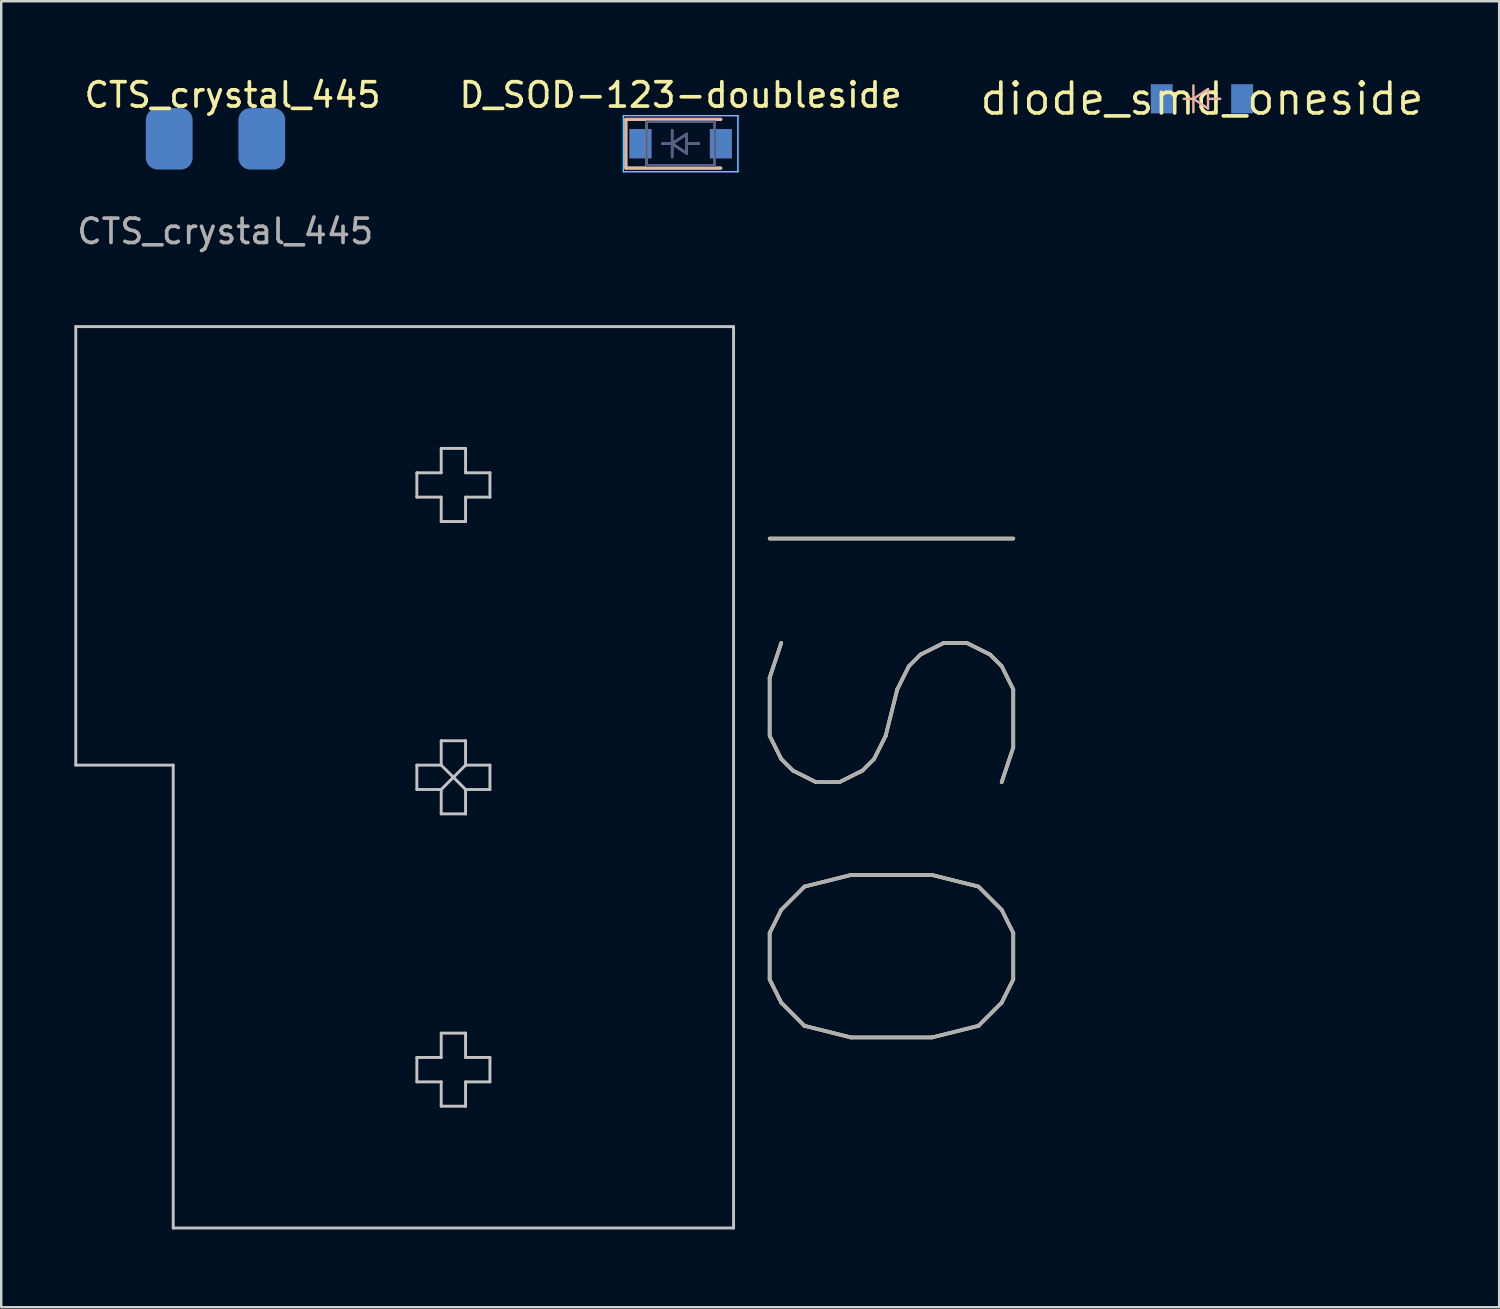
<source format=kicad_pcb>
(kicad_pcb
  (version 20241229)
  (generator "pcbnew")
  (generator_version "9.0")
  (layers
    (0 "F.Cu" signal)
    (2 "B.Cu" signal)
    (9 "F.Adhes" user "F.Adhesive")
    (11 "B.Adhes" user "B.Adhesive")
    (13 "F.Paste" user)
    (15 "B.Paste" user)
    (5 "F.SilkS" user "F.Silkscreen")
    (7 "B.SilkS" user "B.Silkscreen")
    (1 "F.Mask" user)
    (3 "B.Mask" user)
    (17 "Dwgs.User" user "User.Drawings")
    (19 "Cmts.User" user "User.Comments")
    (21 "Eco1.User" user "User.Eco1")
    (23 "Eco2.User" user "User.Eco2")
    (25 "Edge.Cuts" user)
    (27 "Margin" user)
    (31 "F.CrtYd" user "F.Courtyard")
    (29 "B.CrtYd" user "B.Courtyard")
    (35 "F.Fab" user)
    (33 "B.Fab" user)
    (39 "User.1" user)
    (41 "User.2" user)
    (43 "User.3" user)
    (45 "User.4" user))
  (footprint "D_SOD-123-doubleside"
    (layer "F.Cu")
    (at 24.889 2.848)
    (property "Reference" "D_SOD-123-doubleside" (at 0 -2 180) (layer "F.SilkS") (effects (font (size 1 1) (thickness 0.15))))
    (attr smd)
    (fp_line (start -2.25 -1) (end -2.25 1) (stroke (width 0.12) (type solid)) (layer "F.SilkS"))
    (fp_line (start -2.25 -1) (end 1.65 -1) (stroke (width 0.12) (type solid)) (layer "F.SilkS"))
    (fp_line (start -2.25 1) (end 1.65 1) (stroke (width 0.12) (type solid)) (layer "F.SilkS"))
    (fp_line (start -2.25 -1) (end -2.25 1) (stroke (width 0.12) (type solid)) (layer "B.SilkS"))
    (fp_line (start -2.25 -1) (end 1.65 -1) (stroke (width 0.12) (type solid)) (layer "B.SilkS"))
    (fp_line (start -2.25 1) (end 1.65 1) (stroke (width 0.12) (type solid)) (layer "B.SilkS"))
    (fp_line (start -2.35 -1.15) (end -2.35 1.15) (stroke (width 0.05) (type solid)) (layer "B.CrtYd"))
    (fp_line (start -2.35 -1.15) (end 2.35 -1.15) (stroke (width 0.05) (type solid)) (layer "B.CrtYd"))
    (fp_line (start 2.35 -1.15) (end 2.35 1.15) (stroke (width 0.05) (type solid)) (layer "B.CrtYd"))
    (fp_line (start 2.35 1.15) (end -2.35 1.15) (stroke (width 0.05) (type solid)) (layer "B.CrtYd"))
    (fp_line (start -2.35 -1.15) (end -2.35 1.15) (stroke (width 0.05) (type solid)) (layer "F.CrtYd"))
    (fp_line (start -2.35 -1.15) (end 2.35 -1.15) (stroke (width 0.05) (type solid)) (layer "F.CrtYd"))
    (fp_line (start 2.35 -1.15) (end 2.35 1.15) (stroke (width 0.05) (type solid)) (layer "F.CrtYd"))
    (fp_line (start 2.35 1.15) (end -2.35 1.15) (stroke (width 0.05) (type solid)) (layer "F.CrtYd"))
    (fp_line (start -1.4 -0.9) (end 1.4 -0.9) (stroke (width 0.1) (type solid)) (layer "B.Fab"))
    (fp_line (start -1.4 0.9) (end -1.4 -0.9) (stroke (width 0.1) (type solid)) (layer "B.Fab"))
    (fp_line (start -0.75 0) (end -0.35 0) (stroke (width 0.1) (type solid)) (layer "B.Fab"))
    (fp_line (start -0.35 0) (end -0.35 -0.55) (stroke (width 0.1) (type solid)) (layer "B.Fab"))
    (fp_line (start -0.35 0) (end -0.35 0.55) (stroke (width 0.1) (type solid)) (layer "B.Fab"))
    (fp_line (start -0.35 0) (end 0.25 -0.4) (stroke (width 0.1) (type solid)) (layer "B.Fab"))
    (fp_line (start 0.25 -0.4) (end 0.25 0.4) (stroke (width 0.1) (type solid)) (layer "B.Fab"))
    (fp_line (start 0.25 0) (end 0.75 0) (stroke (width 0.1) (type solid)) (layer "B.Fab"))
    (fp_line (start 0.25 0.4) (end -0.35 0) (stroke (width 0.1) (type solid)) (layer "B.Fab"))
    (fp_line (start 1.4 -0.9) (end 1.4 0.9) (stroke (width 0.1) (type solid)) (layer "B.Fab"))
    (fp_line (start 1.4 0.9) (end -1.4 0.9) (stroke (width 0.1) (type solid)) (layer "B.Fab"))
    (fp_line (start -1.4 -0.9) (end 1.4 -0.9) (stroke (width 0.1) (type solid)) (layer "F.Fab"))
    (fp_line (start -1.4 0.9) (end -1.4 -0.9) (stroke (width 0.1) (type solid)) (layer "F.Fab"))
    (fp_line (start -0.75 0) (end -0.35 0) (stroke (width 0.1) (type solid)) (layer "F.Fab"))
    (fp_line (start -0.35 0) (end -0.35 -0.55) (stroke (width 0.1) (type solid)) (layer "F.Fab"))
    (fp_line (start -0.35 0) (end -0.35 0.55) (stroke (width 0.1) (type solid)) (layer "F.Fab"))
    (fp_line (start -0.35 0) (end 0.25 -0.4) (stroke (width 0.1) (type solid)) (layer "F.Fab"))
    (fp_line (start 0.25 -0.4) (end 0.25 0.4) (stroke (width 0.1) (type solid)) (layer "F.Fab"))
    (fp_line (start 0.25 0) (end 0.75 0) (stroke (width 0.1) (type solid)) (layer "F.Fab"))
    (fp_line (start 0.25 0.4) (end -0.35 0) (stroke (width 0.1) (type solid)) (layer "F.Fab"))
    (fp_line (start 1.4 -0.9) (end 1.4 0.9) (stroke (width 0.1) (type solid)) (layer "F.Fab"))
    (fp_line (start 1.4 0.9) (end -1.4 0.9) (stroke (width 0.1) (type solid)) (layer "F.Fab"))
    (pad "1" smd rect (at -1.65 0) (size 0.9 1.2) (layers "F.Cu" "F.Mask" "F.Paste"))
    (pad "1" smd rect (at -1.65 0) (size 0.9 1.2) (layers "B.Cu" "B.Mask" "B.Paste"))
    (pad "2" smd rect (at 1.65 0) (size 0.9 1.2) (layers "F.Cu" "F.Mask" "F.Paste"))
    (pad "2" smd rect (at 1.65 0) (size 0.9 1.2) (layers "B.Cu" "B.Mask" "B.Paste")))
  (footprint "CTS_crystal_445"
    (layer "F.Cu")
    (at 5.736 2.628)
    (property "Reference" "CTS_crystal_445" (at 0.76 -1.78 0) (unlocked yes) (layer "F.SilkS") (effects (font (size 1 1) (thickness 0.15))))
    (attr smd)
    (fp_text user "${REFERENCE}" (at 0.46 3.82 0) (unlocked yes) (layer "F.Fab") (effects (font (size 1 1) (thickness 0.15))))
    (pad "1" smd roundrect (at -1.84 0.02 90) (size 2.52 1.92) (layers "B.Cu" "B.Mask" "B.Paste") (roundrect_rratio 0.25))
    (pad "2" smd roundrect (at 1.96 0.02 90) (size 2.52 1.92) (layers "B.Cu" "B.Mask" "B.Paste") (roundrect_rratio 0.25))
    (zone (net_name "") (layers "B.Cu" "Cmts.User") (hatch edge 0.508) (connect_pads) (min_thickness 0.254) (filled_areas_thickness no) (keepout (tracks allowed) (vias allowed) (pads allowed) (copperpour allowed) (footprints not_allowed)) (placement (enabled no)) (fill (island_removal_mode 2) (island_area_min 10)) (polygon (pts (xy 8.736 4.028) (xy 2.836 4.028) (xy 2.836 1.328) (xy 8.736 1.328)))))
  (footprint "ISO"
    (layer "F.Cu")
    (at 4.06 47.356)
    (property "Reference" "ISO" (at 29.1 -18.3 270) (unlocked yes) (layer "F.SilkS") (effects (font (size 10 10) (thickness 0.15))))
    (fp_line (start -4 -37) (end -4 -19) (stroke (width 0.12) (type default)) (layer "Dwgs.User"))
    (fp_line (start -4 -19) (end 0 -19) (stroke (width 0.12) (type default)) (layer "Dwgs.User"))
    (fp_line (start 0 -19) (end 0 0) (stroke (width 0.12) (type default)) (layer "Dwgs.User"))
    (fp_line (start 0 0) (end 23 0) (stroke (width 0.12) (type default)) (layer "Dwgs.User"))
    (fp_line (start 10 -31) (end 10 -30) (stroke (width 0.12) (type default)) (layer "Dwgs.User"))
    (fp_line (start 10 -30) (end 11 -30) (stroke (width 0.12) (type default)) (layer "Dwgs.User"))
    (fp_line (start 10 -19) (end 10 -18) (stroke (width 0.12) (type default)) (layer "Dwgs.User"))
    (fp_line (start 10 -18) (end 11 -18) (stroke (width 0.12) (type default)) (layer "Dwgs.User"))
    (fp_line (start 10 -7) (end 10 -6) (stroke (width 0.12) (type default)) (layer "Dwgs.User"))
    (fp_line (start 10 -6) (end 11 -6) (stroke (width 0.12) (type default)) (layer "Dwgs.User"))
    (fp_line (start 11 -32) (end 11 -31) (stroke (width 0.12) (type default)) (layer "Dwgs.User"))
    (fp_line (start 11 -31) (end 10 -31) (stroke (width 0.12) (type default)) (layer "Dwgs.User"))
    (fp_line (start 11 -30) (end 11 -29) (stroke (width 0.12) (type default)) (layer "Dwgs.User"))
    (fp_line (start 11 -29) (end 12 -29) (stroke (width 0.12) (type default)) (layer "Dwgs.User"))
    (fp_line (start 11 -20) (end 11 -19) (stroke (width 0.12) (type default)) (layer "Dwgs.User"))
    (fp_line (start 11 -19) (end 10 -19) (stroke (width 0.12) (type default)) (layer "Dwgs.User"))
    (fp_line (start 11 -19) (end 12 -18) (stroke (width 0.12) (type default)) (layer "Dwgs.User"))
    (fp_line (start 11 -18) (end 11 -17) (stroke (width 0.12) (type default)) (layer "Dwgs.User"))
    (fp_line (start 11 -17) (end 12 -17) (stroke (width 0.12) (type default)) (layer "Dwgs.User"))
    (fp_line (start 11 -8) (end 11 -7) (stroke (width 0.12) (type default)) (layer "Dwgs.User"))
    (fp_line (start 11 -7) (end 10 -7) (stroke (width 0.12) (type default)) (layer "Dwgs.User"))
    (fp_line (start 11 -6) (end 11 -5) (stroke (width 0.12) (type default)) (layer "Dwgs.User"))
    (fp_line (start 11 -5) (end 12 -5) (stroke (width 0.12) (type default)) (layer "Dwgs.User"))
    (fp_line (start 12 -32) (end 11 -32) (stroke (width 0.12) (type default)) (layer "Dwgs.User"))
    (fp_line (start 12 -31) (end 12 -32) (stroke (width 0.12) (type default)) (layer "Dwgs.User"))
    (fp_line (start 12 -30) (end 13 -30) (stroke (width 0.12) (type default)) (layer "Dwgs.User"))
    (fp_line (start 12 -29) (end 12 -30) (stroke (width 0.12) (type default)) (layer "Dwgs.User"))
    (fp_line (start 12 -20) (end 11 -20) (stroke (width 0.12) (type default)) (layer "Dwgs.User"))
    (fp_line (start 12 -19) (end 11 -18) (stroke (width 0.12) (type default)) (layer "Dwgs.User"))
    (fp_line (start 12 -19) (end 12 -20) (stroke (width 0.12) (type default)) (layer "Dwgs.User"))
    (fp_line (start 12 -18) (end 13 -18) (stroke (width 0.12) (type default)) (layer "Dwgs.User"))
    (fp_line (start 12 -17) (end 12 -18) (stroke (width 0.12) (type default)) (layer "Dwgs.User"))
    (fp_line (start 12 -8) (end 11 -8) (stroke (width 0.12) (type default)) (layer "Dwgs.User"))
    (fp_line (start 12 -7) (end 12 -8) (stroke (width 0.12) (type default)) (layer "Dwgs.User"))
    (fp_line (start 12 -6) (end 13 -6) (stroke (width 0.12) (type default)) (layer "Dwgs.User"))
    (fp_line (start 12 -5) (end 12 -6) (stroke (width 0.12) (type default)) (layer "Dwgs.User"))
    (fp_line (start 13 -31) (end 12 -31) (stroke (width 0.12) (type default)) (layer "Dwgs.User"))
    (fp_line (start 13 -30) (end 13 -31) (stroke (width 0.12) (type default)) (layer "Dwgs.User"))
    (fp_line (start 13 -19) (end 12 -19) (stroke (width 0.12) (type default)) (layer "Dwgs.User"))
    (fp_line (start 13 -18) (end 13 -19) (stroke (width 0.12) (type default)) (layer "Dwgs.User"))
    (fp_line (start 13 -7) (end 12 -7) (stroke (width 0.12) (type default)) (layer "Dwgs.User"))
    (fp_line (start 13 -6) (end 13 -7) (stroke (width 0.12) (type default)) (layer "Dwgs.User"))
    (fp_line (start 23 -37) (end -4 -37) (stroke (width 0.12) (type default)) (layer "Dwgs.User"))
    (fp_line (start 23 0) (end 23 -37) (stroke (width 0.12) (type default)) (layer "Dwgs.User"))
    (fp_text user "${REFERENCE}" (at 29.1 -18.3 270) (unlocked yes) (layer "F.Fab") (effects (font (size 10 10) (thickness 0.15)))))
  (footprint "diode_smd_oneside"
    (layer "F.Cu")
    (at 46.285 1.006)
    (property "Reference" "diode_smd_oneside" (at 0 0 0) (layer "F.SilkS") (effects (font (size 1.27 1.27) (thickness 0.15))))
    (attr smd)
    (fp_line (start -0.75 0) (end -0.35 0) (stroke (width 0.1) (type solid)) (layer "B.SilkS"))
    (fp_line (start -0.35 0) (end -0.35 -0.55) (stroke (width 0.1) (type solid)) (layer "B.SilkS"))
    (fp_line (start -0.35 0) (end -0.35 0.55) (stroke (width 0.1) (type solid)) (layer "B.SilkS"))
    (fp_line (start -0.35 0) (end 0.25 -0.4) (stroke (width 0.1) (type solid)) (layer "B.SilkS"))
    (fp_line (start 0.25 -0.4) (end 0.25 0.4) (stroke (width 0.1) (type solid)) (layer "B.SilkS"))
    (fp_line (start 0.25 0) (end 0.75 0) (stroke (width 0.1) (type solid)) (layer "B.SilkS"))
    (fp_line (start 0.25 0.4) (end -0.35 0) (stroke (width 0.1) (type solid)) (layer "B.SilkS"))
    (pad "1" smd rect (at -1.65 0) (size 0.9 1.2) (layers "B.Cu" "B.Mask" "B.Paste"))
    (pad "2" smd rect (at 1.65 0) (size 0.9 1.2) (layers "B.Cu" "B.Mask" "B.Paste")))
  (gr_rect
    (start -3 -3)
    (end 58.485 50.606)
    (stroke (width 0.1) (type default))
    (fill no)
    (layer "Edge.Cuts")))
</source>
